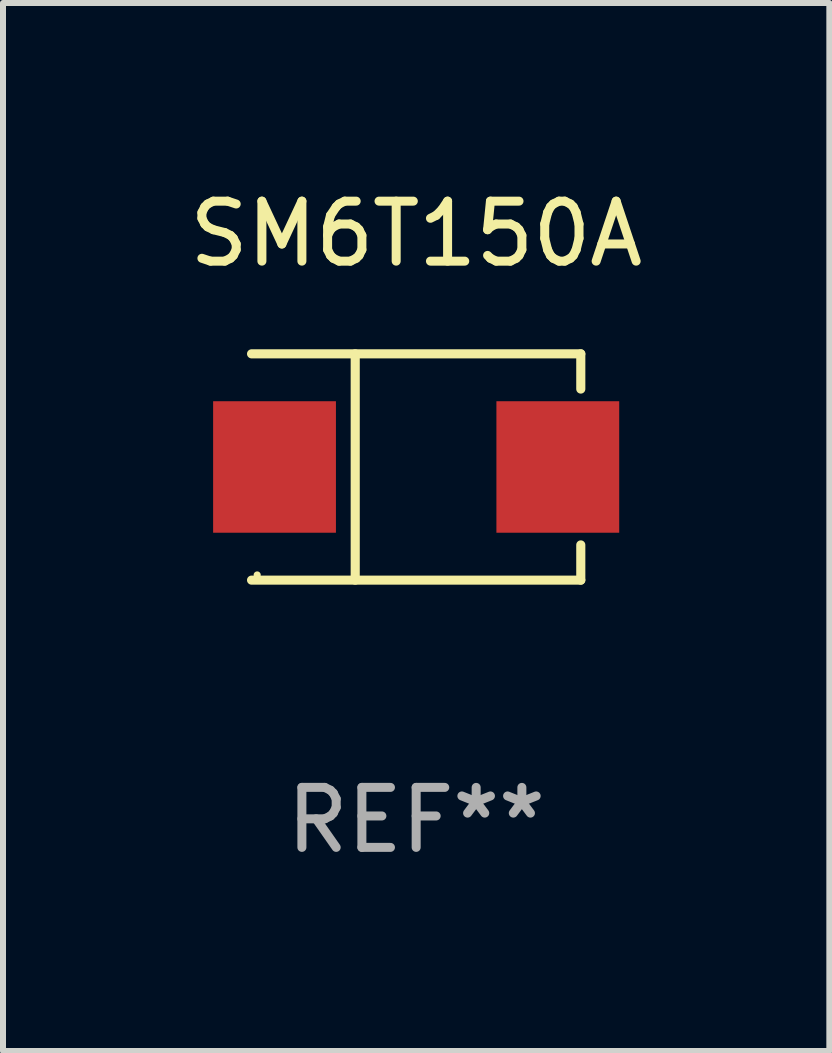
<source format=kicad_pcb>
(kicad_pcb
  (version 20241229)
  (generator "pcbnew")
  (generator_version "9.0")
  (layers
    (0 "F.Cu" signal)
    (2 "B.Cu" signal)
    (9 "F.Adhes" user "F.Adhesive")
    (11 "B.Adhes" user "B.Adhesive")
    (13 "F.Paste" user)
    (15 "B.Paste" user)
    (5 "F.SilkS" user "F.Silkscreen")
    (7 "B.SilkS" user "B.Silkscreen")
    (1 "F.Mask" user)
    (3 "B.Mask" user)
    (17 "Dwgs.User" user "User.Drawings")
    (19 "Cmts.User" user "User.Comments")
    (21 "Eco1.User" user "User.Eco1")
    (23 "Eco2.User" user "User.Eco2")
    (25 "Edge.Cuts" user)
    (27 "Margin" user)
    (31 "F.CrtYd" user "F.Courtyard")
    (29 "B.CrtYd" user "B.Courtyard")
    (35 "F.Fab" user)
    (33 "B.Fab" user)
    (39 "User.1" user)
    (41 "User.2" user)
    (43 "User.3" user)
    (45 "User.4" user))
  (footprint "SM6T150A"
    (layer "F.Cu")
    (at 3.887 4.734)
    (property "Reference" "SM6T150A" (at 0 -3.886 0) (layer "F.SilkS") (effects (font (size 1 1) (thickness 0.15))))
    (attr through_hole)
    (fp_line (start -2.744 -1.886) (end 2.744 -1.886) (stroke (width 0.152) (type solid)) (layer "F.SilkS"))
    (fp_line (start -2.744 1.886) (end 2.744 1.886) (stroke (width 0.152) (type solid)) (layer "F.SilkS"))
    (fp_line (start -1.016 -1.886) (end -1.016 1.886) (stroke (width 0.152) (type solid)) (layer "F.SilkS"))
    (fp_line (start 2.744 -1.886) (end 2.744 -1.299) (stroke (width 0.152) (type solid)) (layer "F.SilkS"))
    (fp_line (start 2.744 1.886) (end 2.744 1.299) (stroke (width 0.152) (type solid)) (layer "F.SilkS"))
    (fp_circle (center -2.65 1.8) (end -2.62 1.8) (stroke (width 0.06) (type solid)) (fill no) (layer "F.SilkS"))
    (fp_text user "REF**" (at 0 5.886 0) (layer "F.Fab") (effects (font (size 1 1) (thickness 0.15))))
    (pad "1" smd rect (at -2.361 0) (size 2.047 2.192) (layers "F.Cu" "F.Mask" "F.Paste"))
    (pad "2" smd rect (at 2.361 0) (size 2.047 2.192) (layers "F.Cu" "F.Mask" "F.Paste")))
  (gr_rect
    (start -3 -3)
    (end 10.774 14.469)
    (stroke (width 0.1) (type default))
    (fill no)
    (layer "Edge.Cuts")))
</source>
